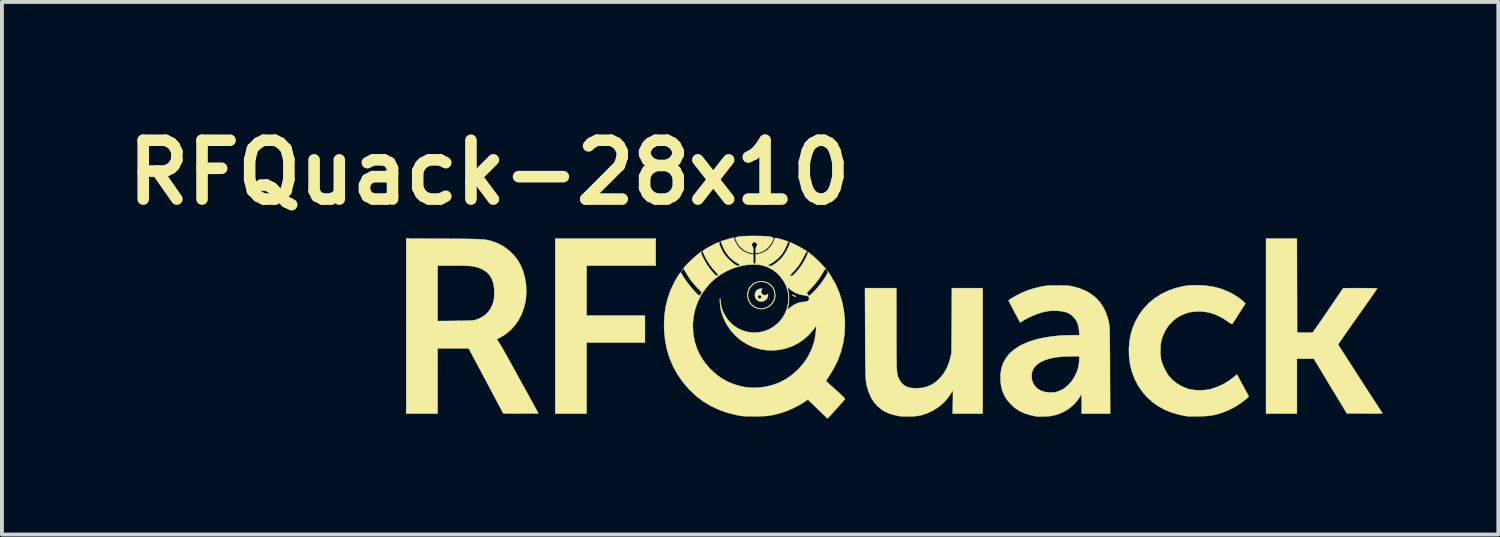
<source format=kicad_pcb>
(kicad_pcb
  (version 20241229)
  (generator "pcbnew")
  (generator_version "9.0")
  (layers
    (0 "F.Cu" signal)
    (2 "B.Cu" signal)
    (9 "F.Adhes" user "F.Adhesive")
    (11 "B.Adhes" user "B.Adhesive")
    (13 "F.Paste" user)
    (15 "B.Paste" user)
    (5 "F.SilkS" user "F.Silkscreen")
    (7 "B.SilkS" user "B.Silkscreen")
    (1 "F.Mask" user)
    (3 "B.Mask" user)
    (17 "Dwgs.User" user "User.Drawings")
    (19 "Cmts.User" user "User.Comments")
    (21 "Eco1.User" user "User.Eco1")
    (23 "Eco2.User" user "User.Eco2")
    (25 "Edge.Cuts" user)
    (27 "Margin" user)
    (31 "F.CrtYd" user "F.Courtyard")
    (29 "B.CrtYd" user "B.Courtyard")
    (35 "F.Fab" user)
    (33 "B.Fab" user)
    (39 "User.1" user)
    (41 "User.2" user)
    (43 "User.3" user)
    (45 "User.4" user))
  (footprint "RFQuack-28x10"
    (layer "F.Cu")
    (at 20.123 5.418)
    (property "Reference" "RFQuack-28x10" (at -10.5 -4 0) (layer "F.SilkS") (effects (font (size 1.524 1.524) (thickness 0.3))))
    (attr through_hole)
    (fp_poly (pts (xy -5.512 -1.441) (xy -5.518 -1.435) (xy -5.524 -1.441) (xy -5.518 -1.448) (xy -5.512 -1.441)) (stroke (width 0.01) (type solid)) (fill yes) (layer "F.SilkS"))
    (fp_poly (pts (xy -4.508 -2.203) (xy -4.515 -2.197) (xy -4.521 -2.203) (xy -4.515 -2.21) (xy -4.508 -2.203)) (stroke (width 0.01) (type solid)) (fill yes) (layer "F.SilkS"))
    (fp_poly (pts (xy -1.742 -1.455) (xy -1.728 -1.444) (xy -1.727 -1.441) (xy -1.733 -1.435) (xy -1.746 -1.447) (xy -1.747 -1.45) (xy -1.749 -1.458) (xy -1.742 -1.455)) (stroke (width 0.01) (type solid)) (fill yes) (layer "F.SilkS"))
    (fp_poly (pts (xy -5.478 -1.49) (xy -5.48 -1.486) (xy -5.492 -1.474) (xy -5.494 -1.473) (xy -5.495 -1.481) (xy -5.493 -1.486) (xy -5.481 -1.498) (xy -5.479 -1.499) (xy -5.478 -1.49)) (stroke (width 0.01) (type solid)) (fill yes) (layer "F.SilkS"))
    (fp_poly (pts (xy -6.185 -1.587) (xy -7.976 -1.587) (xy -7.976 -0.292) (xy -6.464 -0.292) (xy -6.464 0.406) (xy -7.976 0.406) (xy -7.976 2.248) (xy -8.788 2.248) (xy -8.788 -2.286) (xy -6.185 -2.286) (xy -6.185 -1.587)) (stroke (width 0.01) (type solid)) (fill yes) (layer "F.SilkS"))
    (fp_poly (pts (xy -2.636 -0.832) (xy -2.61 -0.822) (xy -2.581 -0.808) (xy -2.559 -0.793) (xy -2.553 -0.785) (xy -2.553 -0.778) (xy -2.559 -0.777) (xy -2.575 -0.784) (xy -2.608 -0.802) (xy -2.636 -0.818) (xy -2.65 -0.831) (xy -2.651 -0.833) (xy -2.636 -0.832)) (stroke (width 0.01) (type solid)) (fill yes) (layer "F.SilkS"))
    (fp_poly (pts (xy -3.428 -0.989) (xy -3.421 -0.984) (xy -3.432 -0.969) (xy -3.433 -0.967) (xy -3.453 -0.929) (xy -3.451 -0.888) (xy -3.43 -0.851) (xy -3.393 -0.826) (xy -3.361 -0.818) (xy -3.332 -0.824) (xy -3.316 -0.831) (xy -3.277 -0.852) (xy -3.277 -0.816) (xy -3.288 -0.76) (xy -3.319 -0.713) (xy -3.365 -0.678) (xy -3.419 -0.658) (xy -3.478 -0.656) (xy -3.518 -0.667) (xy -3.57 -0.703) (xy -3.603 -0.754) (xy -3.605 -0.763) (xy -3.539 -0.763) (xy -3.523 -0.741) (xy -3.502 -0.727) (xy -3.493 -0.724) (xy -3.477 -0.731) (xy -3.462 -0.741) (xy -3.445 -0.766) (xy -3.449 -0.795) (xy -3.47 -0.818) (xy -3.499 -0.824) (xy -3.523 -0.813) (xy -3.538 -0.79) (xy -3.539 -0.763) (xy -3.605 -0.763) (xy -3.616 -0.812) (xy -3.611 -0.874) (xy -3.584 -0.927) (xy -3.541 -0.967) (xy -3.484 -0.988) (xy -3.456 -0.99) (xy -3.428 -0.989)) (stroke (width 0.01) (type solid)) (fill yes) (layer "F.SilkS"))
    (fp_poly (pts (xy -3.507 -2.354) (xy -3.413 -2.351) (xy -3.33 -2.347) (xy -3.262 -2.342) (xy -3.219 -2.335) (xy -3.173 -2.325) (xy -3.146 -2.313) (xy -3.136 -2.296) (xy -3.14 -2.268) (xy -3.158 -2.223) (xy -3.169 -2.201) (xy -3.214 -2.126) (xy -3.276 -2.056) (xy -3.35 -1.995) (xy -3.429 -1.95) (xy -3.505 -1.924) (xy -3.542 -1.917) (xy -3.571 -1.91) (xy -3.572 -1.91) (xy -3.584 -1.909) (xy -3.591 -1.92) (xy -3.593 -1.946) (xy -3.594 -1.984) (xy -3.59 -2.04) (xy -3.58 -2.079) (xy -3.575 -2.088) (xy -3.56 -2.116) (xy -3.556 -2.134) (xy -3.567 -2.162) (xy -3.593 -2.186) (xy -3.626 -2.197) (xy -3.629 -2.197) (xy -3.663 -2.187) (xy -3.686 -2.161) (xy -3.696 -2.129) (xy -3.689 -2.097) (xy -3.677 -2.083) (xy -3.664 -2.061) (xy -3.658 -2.019) (xy -3.658 -1.986) (xy -3.659 -1.945) (xy -3.663 -1.916) (xy -3.667 -1.906) (xy -3.685 -1.91) (xy -3.717 -1.916) (xy -3.731 -1.918) (xy -3.818 -1.947) (xy -3.904 -1.995) (xy -3.981 -2.058) (xy -4.044 -2.131) (xy -4.081 -2.196) (xy -4.105 -2.251) (xy -4.118 -2.287) (xy -4.118 -2.309) (xy -4.103 -2.322) (xy -4.072 -2.33) (xy -4.023 -2.338) (xy -3.968 -2.345) (xy -3.894 -2.35) (xy -3.806 -2.353) (xy -3.708 -2.355) (xy -3.607 -2.355) (xy -3.507 -2.354)) (stroke (width 0.01) (type solid)) (fill yes) (layer "F.SilkS"))
    (fp_poly (pts (xy -3.352 -1.169) (xy -3.267 -1.137) (xy -3.195 -1.085) (xy -3.14 -1.017) (xy -3.104 -0.934) (xy -3.089 -0.855) (xy -3.09 -0.764) (xy -3.112 -0.685) (xy -3.155 -0.61) (xy -3.161 -0.602) (xy -3.223 -0.539) (xy -3.299 -0.494) (xy -3.384 -0.467) (xy -3.472 -0.461) (xy -3.558 -0.478) (xy -3.563 -0.479) (xy -3.643 -0.516) (xy -3.705 -0.565) (xy -3.744 -0.614) (xy -3.782 -0.68) (xy -3.803 -0.745) (xy -3.809 -0.812) (xy -3.795 -0.812) (xy -3.783 -0.73) (xy -3.751 -0.653) (xy -3.7 -0.584) (xy -3.628 -0.528) (xy -3.624 -0.525) (xy -3.582 -0.503) (xy -3.541 -0.486) (xy -3.526 -0.481) (xy -3.461 -0.475) (xy -3.388 -0.482) (xy -3.317 -0.503) (xy -3.286 -0.517) (xy -3.213 -0.57) (xy -3.158 -0.636) (xy -3.121 -0.711) (xy -3.103 -0.792) (xy -3.105 -0.874) (xy -3.125 -0.953) (xy -3.166 -1.026) (xy -3.226 -1.089) (xy -3.238 -1.098) (xy -3.304 -1.138) (xy -3.369 -1.16) (xy -3.442 -1.167) (xy -3.483 -1.165) (xy -3.535 -1.16) (xy -3.574 -1.149) (xy -3.611 -1.13) (xy -3.642 -1.109) (xy -3.711 -1.047) (xy -3.759 -0.974) (xy -3.787 -0.894) (xy -3.795 -0.812) (xy -3.809 -0.812) (xy -3.81 -0.82) (xy -3.81 -0.831) (xy -3.798 -0.922) (xy -3.764 -1.004) (xy -3.712 -1.073) (xy -3.644 -1.128) (xy -3.562 -1.164) (xy -3.469 -1.18) (xy -3.448 -1.181) (xy -3.352 -1.169)) (stroke (width 0.01) (type solid)) (fill yes) (layer "F.SilkS"))
    (fp_poly (pts (xy 1.887 -1.003) (xy 2.286 -1.003) (xy 2.286 2.248) (xy 1.508 2.248) (xy 1.514 1.949) (xy 1.516 1.865) (xy 1.516 1.791) (xy 1.516 1.728) (xy 1.515 1.682) (xy 1.514 1.656) (xy 1.512 1.651) (xy 1.502 1.661) (xy 1.486 1.687) (xy 1.479 1.698) (xy 1.46 1.73) (xy 1.431 1.774) (xy 1.396 1.823) (xy 1.383 1.841) (xy 1.277 1.962) (xy 1.152 2.069) (xy 1.011 2.161) (xy 0.857 2.235) (xy 0.722 2.281) (xy 0.673 2.294) (xy 0.627 2.304) (xy 0.579 2.31) (xy 0.523 2.315) (xy 0.452 2.317) (xy 0.387 2.319) (xy 0.3 2.32) (xy 0.231 2.32) (xy 0.176 2.317) (xy 0.126 2.312) (xy 0.078 2.303) (xy 0.054 2.298) (xy -0.073 2.266) (xy -0.18 2.227) (xy -0.276 2.179) (xy -0.318 2.153) (xy -0.432 2.061) (xy -0.529 1.952) (xy -0.608 1.825) (xy -0.669 1.681) (xy -0.673 1.667) (xy -0.686 1.626) (xy -0.698 1.589) (xy -0.708 1.555) (xy -0.717 1.521) (xy -0.725 1.485) (xy -0.731 1.447) (xy -0.737 1.403) (xy -0.741 1.353) (xy -0.745 1.295) (xy -0.748 1.227) (xy -0.751 1.146) (xy -0.752 1.052) (xy -0.754 0.943) (xy -0.755 0.817) (xy -0.756 0.671) (xy -0.757 0.505) (xy -0.758 0.317) (xy -0.758 0.168) (xy -0.763 -1.003) (xy 0.051 -1.003) (xy 0.051 0.054) (xy 0.051 0.252) (xy 0.051 0.426) (xy 0.052 0.579) (xy 0.052 0.711) (xy 0.053 0.824) (xy 0.055 0.921) (xy 0.057 1.003) (xy 0.06 1.072) (xy 0.064 1.129) (xy 0.068 1.177) (xy 0.074 1.216) (xy 0.081 1.25) (xy 0.089 1.278) (xy 0.098 1.304) (xy 0.109 1.329) (xy 0.121 1.354) (xy 0.13 1.371) (xy 0.18 1.45) (xy 0.244 1.51) (xy 0.322 1.554) (xy 0.416 1.58) (xy 0.53 1.592) (xy 0.578 1.592) (xy 0.72 1.581) (xy 0.849 1.549) (xy 0.968 1.496) (xy 1.08 1.419) (xy 1.181 1.325) (xy 1.278 1.204) (xy 1.357 1.068) (xy 1.417 0.913) (xy 1.444 0.819) (xy 1.478 0.679) (xy 1.483 -0.162) (xy 1.488 -1.003) (xy 1.887 -1.003)) (stroke (width 0.01) (type solid)) (fill yes) (layer "F.SilkS"))
    (fp_poly (pts (xy 10.433 0.146) (xy 10.628 0.15) (xy 10.715 0.15) (xy 10.779 0.149) (xy 10.82 0.145) (xy 10.84 0.139) (xy 10.841 0.138) (xy 10.852 0.125) (xy 10.875 0.093) (xy 10.91 0.044) (xy 10.954 -0.02) (xy 11.007 -0.096) (xy 11.068 -0.183) (xy 11.133 -0.279) (xy 11.203 -0.381) (xy 11.211 -0.392) (xy 11.281 -0.496) (xy 11.349 -0.595) (xy 11.411 -0.686) (xy 11.467 -0.768) (xy 11.515 -0.838) (xy 11.553 -0.894) (xy 11.58 -0.934) (xy 11.594 -0.955) (xy 11.594 -0.955) (xy 11.627 -1.002) (xy 12.068 -1.003) (xy 12.171 -1.003) (xy 12.266 -1.002) (xy 12.349 -1.002) (xy 12.418 -1) (xy 12.469 -0.999) (xy 12.501 -0.998) (xy 12.509 -0.996) (xy 12.502 -0.985) (xy 12.482 -0.955) (xy 12.45 -0.908) (xy 12.408 -0.848) (xy 12.357 -0.775) (xy 12.3 -0.693) (xy 12.236 -0.603) (xy 12.202 -0.555) (xy 12.084 -0.387) (xy 11.98 -0.24) (xy 11.888 -0.11) (xy 11.809 0.003) (xy 11.741 0.1) (xy 11.683 0.182) (xy 11.635 0.25) (xy 11.596 0.307) (xy 11.565 0.352) (xy 11.541 0.388) (xy 11.523 0.415) (xy 11.511 0.435) (xy 11.503 0.449) (xy 11.499 0.457) (xy 11.498 0.462) (xy 11.498 0.464) (xy 11.506 0.476) (xy 11.526 0.508) (xy 11.557 0.557) (xy 11.599 0.622) (xy 11.649 0.7) (xy 11.707 0.79) (xy 11.771 0.89) (xy 11.84 0.997) (xy 11.913 1.111) (xy 11.988 1.228) (xy 12.065 1.347) (xy 12.142 1.466) (xy 12.218 1.583) (xy 12.291 1.697) (xy 12.361 1.804) (xy 12.425 1.904) (xy 12.484 1.994) (xy 12.535 2.073) (xy 12.577 2.138) (xy 12.61 2.187) (xy 12.631 2.219) (xy 12.64 2.232) (xy 12.639 2.236) (xy 12.627 2.24) (xy 12.602 2.242) (xy 12.562 2.244) (xy 12.505 2.245) (xy 12.43 2.246) (xy 12.333 2.246) (xy 12.213 2.245) (xy 12.186 2.245) (xy 11.72 2.242) (xy 11.429 1.759) (xy 11.362 1.648) (xy 11.293 1.535) (xy 11.226 1.423) (xy 11.162 1.317) (xy 11.103 1.22) (xy 11.052 1.136) (xy 11.012 1.069) (xy 11.001 1.051) (xy 10.865 0.826) (xy 10.646 0.826) (xy 10.427 0.826) (xy 10.427 2.248) (xy 9.627 2.248) (xy 9.627 -2.286) (xy 10.427 -2.286) (xy 10.433 0.146)) (stroke (width 0.01) (type solid)) (fill yes) (layer "F.SilkS"))
    (fp_poly (pts (xy 8.07 -1.067) (xy 8.252 -1.04) (xy 8.422 -0.998) (xy 8.47 -0.983) (xy 8.587 -0.938) (xy 8.706 -0.883) (xy 8.819 -0.82) (xy 8.923 -0.752) (xy 9.01 -0.684) (xy 9.058 -0.639) (xy 9.093 -0.602) (xy 9.052 -0.539) (xy 9.031 -0.508) (xy 9 -0.46) (xy 8.962 -0.4) (xy 8.92 -0.334) (xy 8.885 -0.279) (xy 8.845 -0.216) (xy 8.809 -0.16) (xy 8.779 -0.115) (xy 8.759 -0.084) (xy 8.75 -0.072) (xy 8.737 -0.075) (xy 8.708 -0.09) (xy 8.668 -0.116) (xy 8.634 -0.141) (xy 8.529 -0.211) (xy 8.411 -0.275) (xy 8.29 -0.328) (xy 8.176 -0.366) (xy 8.16 -0.37) (xy 8.057 -0.388) (xy 7.942 -0.398) (xy 7.824 -0.398) (xy 7.713 -0.389) (xy 7.616 -0.37) (xy 7.615 -0.37) (xy 7.466 -0.317) (xy 7.331 -0.244) (xy 7.211 -0.151) (xy 7.107 -0.04) (xy 7.021 0.088) (xy 6.954 0.232) (xy 6.92 0.337) (xy 6.904 0.418) (xy 6.894 0.515) (xy 6.891 0.618) (xy 6.893 0.72) (xy 6.903 0.812) (xy 6.914 0.87) (xy 6.942 0.958) (xy 6.983 1.054) (xy 7.03 1.149) (xy 7.081 1.233) (xy 7.105 1.267) (xy 7.196 1.368) (xy 7.307 1.459) (xy 7.433 1.535) (xy 7.567 1.593) (xy 7.639 1.615) (xy 7.742 1.634) (xy 7.858 1.643) (xy 7.981 1.642) (xy 8.1 1.631) (xy 8.204 1.61) (xy 8.358 1.558) (xy 8.513 1.488) (xy 8.659 1.402) (xy 8.79 1.305) (xy 8.803 1.295) (xy 8.874 1.233) (xy 8.944 1.363) (xy 8.978 1.427) (xy 9.019 1.503) (xy 9.062 1.582) (xy 9.098 1.649) (xy 9.183 1.805) (xy 9.124 1.858) (xy 8.995 1.961) (xy 8.848 2.057) (xy 8.692 2.141) (xy 8.535 2.208) (xy 8.474 2.229) (xy 8.378 2.258) (xy 8.292 2.28) (xy 8.208 2.296) (xy 8.121 2.307) (xy 8.022 2.314) (xy 7.907 2.317) (xy 7.88 2.318) (xy 7.8 2.319) (xy 7.726 2.319) (xy 7.664 2.319) (xy 7.616 2.318) (xy 7.59 2.316) (xy 7.588 2.316) (xy 7.373 2.275) (xy 7.176 2.217) (xy 6.996 2.144) (xy 6.83 2.052) (xy 6.678 1.942) (xy 6.557 1.833) (xy 6.426 1.686) (xy 6.314 1.523) (xy 6.223 1.347) (xy 6.152 1.16) (xy 6.104 0.965) (xy 6.078 0.762) (xy 6.075 0.555) (xy 6.076 0.546) (xy 6.091 0.37) (xy 6.12 0.208) (xy 6.164 0.054) (xy 6.225 -0.1) (xy 6.241 -0.134) (xy 6.337 -0.309) (xy 6.453 -0.469) (xy 6.587 -0.612) (xy 6.739 -0.738) (xy 6.906 -0.846) (xy 7.089 -0.935) (xy 7.285 -1.005) (xy 7.494 -1.054) (xy 7.531 -1.06) (xy 7.702 -1.078) (xy 7.884 -1.08) (xy 8.07 -1.067)) (stroke (width 0.01) (type solid)) (fill yes) (layer "F.SilkS"))
    (fp_poly (pts (xy -11.681 -2.283) (xy -11.491 -2.282) (xy -11.325 -2.281) (xy -11.18 -2.28) (xy -11.055 -2.278) (xy -10.947 -2.276) (xy -10.856 -2.274) (xy -10.778 -2.271) (xy -10.711 -2.268) (xy -10.655 -2.264) (xy -10.606 -2.258) (xy -10.564 -2.252) (xy -10.525 -2.245) (xy -10.489 -2.236) (xy -10.453 -2.226) (xy -10.415 -2.215) (xy -10.401 -2.21) (xy -10.254 -2.152) (xy -10.112 -2.073) (xy -9.98 -1.974) (xy -9.863 -1.861) (xy -9.766 -1.74) (xy -9.685 -1.598) (xy -9.62 -1.441) (xy -9.574 -1.272) (xy -9.545 -1.096) (xy -9.537 -0.916) (xy -9.548 -0.736) (xy -9.556 -0.679) (xy -9.597 -0.5) (xy -9.658 -0.331) (xy -9.738 -0.176) (xy -9.836 -0.035) (xy -9.951 0.089) (xy -10.081 0.195) (xy -10.22 0.278) (xy -10.26 0.298) (xy -10.288 0.315) (xy -10.3 0.323) (xy -10.3 0.324) (xy -10.293 0.336) (xy -10.275 0.364) (xy -10.25 0.403) (xy -10.237 0.422) (xy -10.215 0.456) (xy -10.183 0.509) (xy -10.143 0.577) (xy -10.098 0.657) (xy -10.048 0.745) (xy -9.997 0.837) (xy -9.975 0.876) (xy -9.911 0.992) (xy -9.857 1.09) (xy -9.81 1.176) (xy -9.767 1.254) (xy -9.725 1.33) (xy -9.682 1.409) (xy -9.635 1.495) (xy -9.58 1.593) (xy -9.568 1.616) (xy -9.53 1.684) (xy -9.487 1.762) (xy -9.444 1.84) (xy -9.419 1.886) (xy -9.382 1.953) (xy -9.343 2.025) (xy -9.306 2.093) (xy -9.283 2.134) (xy -9.224 2.242) (xy -9.676 2.245) (xy -9.801 2.246) (xy -9.902 2.246) (xy -9.982 2.246) (xy -10.043 2.244) (xy -10.087 2.242) (xy -10.116 2.24) (xy -10.133 2.236) (xy -10.138 2.232) (xy -10.146 2.218) (xy -10.165 2.184) (xy -10.193 2.132) (xy -10.229 2.064) (xy -10.272 1.983) (xy -10.321 1.89) (xy -10.375 1.789) (xy -10.428 1.689) (xy -10.492 1.568) (xy -10.559 1.443) (xy -10.626 1.317) (xy -10.691 1.195) (xy -10.752 1.08) (xy -10.806 0.978) (xy -10.852 0.892) (xy -10.869 0.861) (xy -11.03 0.559) (xy -11.433 0.559) (xy -11.836 0.559) (xy -11.836 2.248) (xy -12.649 2.248) (xy -12.649 -1.587) (xy -11.836 -1.587) (xy -11.836 -0.15) (xy -11.376 -0.155) (xy -11.252 -0.157) (xy -11.151 -0.159) (xy -11.07 -0.161) (xy -11.005 -0.163) (xy -10.955 -0.166) (xy -10.916 -0.169) (xy -10.886 -0.173) (xy -10.862 -0.179) (xy -10.846 -0.183) (xy -10.722 -0.233) (xy -10.62 -0.295) (xy -10.536 -0.372) (xy -10.468 -0.465) (xy -10.415 -0.578) (xy -10.412 -0.587) (xy -10.394 -0.639) (xy -10.382 -0.686) (xy -10.374 -0.735) (xy -10.369 -0.796) (xy -10.367 -0.845) (xy -10.369 -0.994) (xy -10.39 -1.125) (xy -10.429 -1.24) (xy -10.487 -1.337) (xy -10.563 -1.417) (xy -10.658 -1.482) (xy -10.749 -1.522) (xy -10.799 -1.539) (xy -10.848 -1.553) (xy -10.898 -1.564) (xy -10.954 -1.573) (xy -11.018 -1.579) (xy -11.094 -1.583) (xy -11.185 -1.586) (xy -11.295 -1.587) (xy -11.426 -1.587) (xy -11.436 -1.587) (xy -11.836 -1.587) (xy -12.649 -1.587) (xy -12.649 -2.288) (xy -11.681 -2.283)) (stroke (width 0.01) (type solid)) (fill yes) (layer "F.SilkS"))
    (fp_poly (pts (xy 4.324 -1.072) (xy 4.405 -1.071) (xy 4.469 -1.068) (xy 4.522 -1.064) (xy 4.567 -1.058) (xy 4.608 -1.05) (xy 4.79 -1) (xy 4.953 -0.933) (xy 5.097 -0.85) (xy 5.222 -0.75) (xy 5.328 -0.632) (xy 5.417 -0.497) (xy 5.488 -0.344) (xy 5.542 -0.172) (xy 5.559 -0.097) (xy 5.562 -0.076) (xy 5.566 -0.051) (xy 5.568 -0.021) (xy 5.571 0.016) (xy 5.573 0.062) (xy 5.575 0.119) (xy 5.577 0.188) (xy 5.578 0.271) (xy 5.579 0.37) (xy 5.581 0.485) (xy 5.582 0.62) (xy 5.583 0.775) (xy 5.584 0.953) (xy 5.584 1.127) (xy 5.589 2.248) (xy 4.851 2.248) (xy 4.851 2) (xy 4.851 1.908) (xy 4.849 1.836) (xy 4.846 1.786) (xy 4.842 1.758) (xy 4.839 1.753) (xy 4.827 1.762) (xy 4.826 1.767) (xy 4.818 1.79) (xy 4.796 1.826) (xy 4.765 1.872) (xy 4.727 1.922) (xy 4.686 1.97) (xy 4.647 2.013) (xy 4.631 2.029) (xy 4.501 2.133) (xy 4.359 2.215) (xy 4.205 2.275) (xy 4.079 2.306) (xy 4.033 2.312) (xy 3.971 2.317) (xy 3.9 2.321) (xy 3.826 2.323) (xy 3.757 2.323) (xy 3.698 2.321) (xy 3.656 2.317) (xy 3.651 2.316) (xy 3.505 2.282) (xy 3.38 2.243) (xy 3.272 2.196) (xy 3.176 2.14) (xy 3.087 2.072) (xy 3.001 1.99) (xy 3 1.988) (xy 2.911 1.882) (xy 2.843 1.771) (xy 2.794 1.652) (xy 2.763 1.521) (xy 2.747 1.372) (xy 2.747 1.371) (xy 2.749 1.27) (xy 3.552 1.27) (xy 3.562 1.374) (xy 3.595 1.466) (xy 3.647 1.545) (xy 3.718 1.609) (xy 3.805 1.658) (xy 3.907 1.689) (xy 4.023 1.701) (xy 4.032 1.701) (xy 4.09 1.699) (xy 4.146 1.695) (xy 4.189 1.689) (xy 4.191 1.688) (xy 4.3 1.65) (xy 4.404 1.59) (xy 4.499 1.512) (xy 4.585 1.416) (xy 4.658 1.308) (xy 4.717 1.19) (xy 4.759 1.065) (xy 4.783 0.936) (xy 4.788 0.854) (xy 4.788 0.762) (xy 4.582 0.762) (xy 4.386 0.768) (xy 4.209 0.786) (xy 4.052 0.814) (xy 3.916 0.854) (xy 3.801 0.904) (xy 3.706 0.965) (xy 3.634 1.036) (xy 3.584 1.117) (xy 3.557 1.208) (xy 3.552 1.27) (xy 2.749 1.27) (xy 2.75 1.212) (xy 2.775 1.063) (xy 2.823 0.927) (xy 2.894 0.802) (xy 2.987 0.688) (xy 3.103 0.586) (xy 3.241 0.496) (xy 3.308 0.46) (xy 3.476 0.388) (xy 3.664 0.328) (xy 3.87 0.281) (xy 4.092 0.246) (xy 4.329 0.224) (xy 4.578 0.216) (xy 4.594 0.216) (xy 4.788 0.216) (xy 4.788 0.162) (xy 4.782 0.074) (xy 4.765 -0.018) (xy 4.74 -0.102) (xy 4.728 -0.13) (xy 4.693 -0.19) (xy 4.642 -0.252) (xy 4.584 -0.307) (xy 4.526 -0.347) (xy 4.523 -0.348) (xy 4.443 -0.38) (xy 4.345 -0.402) (xy 4.235 -0.415) (xy 4.119 -0.418) (xy 4.003 -0.411) (xy 3.925 -0.399) (xy 3.818 -0.373) (xy 3.701 -0.335) (xy 3.581 -0.288) (xy 3.467 -0.236) (xy 3.366 -0.181) (xy 3.319 -0.151) (xy 3.287 -0.13) (xy 3.265 -0.117) (xy 3.26 -0.114) (xy 3.252 -0.125) (xy 3.235 -0.155) (xy 3.211 -0.199) (xy 3.18 -0.256) (xy 3.146 -0.32) (xy 3.109 -0.389) (xy 3.073 -0.458) (xy 3.039 -0.523) (xy 3.008 -0.583) (xy 2.983 -0.631) (xy 2.966 -0.666) (xy 2.959 -0.682) (xy 2.959 -0.683) (xy 2.969 -0.696) (xy 2.988 -0.711) (xy 3.149 -0.807) (xy 3.304 -0.885) (xy 3.46 -0.948) (xy 3.625 -1) (xy 3.785 -1.038) (xy 3.84 -1.05) (xy 3.889 -1.058) (xy 3.935 -1.064) (xy 3.985 -1.068) (xy 4.044 -1.071) (xy 4.117 -1.072) (xy 4.21 -1.073) (xy 4.223 -1.073) (xy 4.324 -1.072)) (stroke (width 0.01) (type solid)) (fill yes) (layer "F.SilkS"))
    (fp_poly (pts (xy -4.155 -2.301) (xy -4.153 -2.289) (xy -4.146 -2.256) (xy -4.126 -2.21) (xy -4.097 -2.157) (xy -4.064 -2.104) (xy -4.029 -2.057) (xy -4.021 -2.048) (xy -3.961 -1.994) (xy -3.887 -1.946) (xy -3.807 -1.908) (xy -3.732 -1.886) (xy -3.72 -1.885) (xy -3.658 -1.876) (xy -3.658 -1.757) (xy -3.657 -1.702) (xy -3.656 -1.667) (xy -3.652 -1.648) (xy -3.644 -1.64) (xy -3.631 -1.638) (xy -3.626 -1.638) (xy -3.611 -1.639) (xy -3.602 -1.645) (xy -3.597 -1.66) (xy -3.595 -1.69) (xy -3.594 -1.74) (xy -3.594 -1.757) (xy -3.594 -1.876) (xy -3.534 -1.884) (xy -3.46 -1.903) (xy -3.38 -1.937) (xy -3.305 -1.983) (xy -3.279 -2.003) (xy -3.226 -2.056) (xy -3.176 -2.122) (xy -3.136 -2.193) (xy -3.112 -2.253) (xy -3.105 -2.278) (xy -3.099 -2.294) (xy -3.088 -2.302) (xy -3.069 -2.303) (xy -3.037 -2.297) (xy -2.989 -2.284) (xy -2.927 -2.266) (xy -2.856 -2.245) (xy -2.8 -2.226) (xy -2.761 -2.212) (xy -2.742 -2.202) (xy -2.744 -2.198) (xy -2.745 -2.198) (xy -2.763 -2.186) (xy -2.775 -2.162) (xy -2.792 -2.111) (xy -2.821 -2.047) (xy -2.856 -1.98) (xy -2.895 -1.916) (xy -2.925 -1.873) (xy -3.013 -1.776) (xy -3.122 -1.689) (xy -3.207 -1.637) (xy -3.251 -1.611) (xy -3.272 -1.592) (xy -3.268 -1.581) (xy -3.242 -1.576) (xy -3.214 -1.575) (xy -3.181 -1.584) (xy -3.135 -1.608) (xy -3.081 -1.644) (xy -3.024 -1.69) (xy -2.967 -1.741) (xy -2.924 -1.784) (xy -2.886 -1.831) (xy -2.845 -1.89) (xy -2.805 -1.955) (xy -2.769 -2.021) (xy -2.74 -2.082) (xy -2.721 -2.133) (xy -2.715 -2.16) (xy -2.712 -2.181) (xy -2.703 -2.187) (xy -2.681 -2.18) (xy -2.668 -2.175) (xy -2.618 -2.152) (xy -2.559 -2.124) (xy -2.497 -2.092) (xy -2.434 -2.058) (xy -2.375 -2.025) (xy -2.325 -1.995) (xy -2.286 -1.97) (xy -2.264 -1.953) (xy -2.261 -1.948) (xy -2.269 -1.947) (xy -2.272 -1.949) (xy -2.282 -1.941) (xy -2.3 -1.914) (xy -2.323 -1.873) (xy -2.348 -1.821) (xy -2.416 -1.692) (xy -2.49 -1.579) (xy -2.577 -1.473) (xy -2.619 -1.427) (xy -2.659 -1.385) (xy -2.683 -1.357) (xy -2.693 -1.338) (xy -2.692 -1.327) (xy -2.687 -1.322) (xy -2.668 -1.314) (xy -2.645 -1.322) (xy -2.638 -1.327) (xy -2.608 -1.351) (xy -2.568 -1.393) (xy -2.521 -1.447) (xy -2.47 -1.509) (xy -2.42 -1.575) (xy -2.39 -1.62) (xy -2.356 -1.676) (xy -2.323 -1.736) (xy -2.292 -1.797) (xy -2.267 -1.851) (xy -2.25 -1.893) (xy -2.245 -1.916) (xy -2.238 -1.933) (xy -2.229 -1.932) (xy -2.16 -1.877) (xy -2.082 -1.811) (xy -2.006 -1.742) (xy -1.939 -1.677) (xy -1.93 -1.668) (xy -1.886 -1.621) (xy -1.845 -1.578) (xy -1.811 -1.54) (xy -1.786 -1.511) (xy -1.772 -1.494) (xy -1.772 -1.491) (xy -1.777 -1.495) (xy -1.788 -1.5) (xy -1.801 -1.491) (xy -1.818 -1.467) (xy -1.843 -1.423) (xy -1.845 -1.419) (xy -1.941 -1.263) (xy -2.061 -1.108) (xy -2.155 -1.003) (xy -2.272 -0.881) (xy -2.247 -0.84) (xy -2.229 -0.814) (xy -2.216 -0.801) (xy -2.215 -0.8) (xy -2.199 -0.809) (xy -2.169 -0.834) (xy -2.13 -0.871) (xy -2.084 -0.917) (xy -2.035 -0.969) (xy -2.015 -0.99) (xy -1.956 -1.061) (xy -1.893 -1.142) (xy -1.833 -1.226) (xy -1.781 -1.306) (xy -1.747 -1.364) (xy -1.715 -1.425) (xy -1.646 -1.317) (xy -1.527 -1.11) (xy -1.432 -0.893) (xy -1.36 -0.666) (xy -1.312 -0.43) (xy -1.287 -0.185) (xy -1.283 -0.044) (xy -1.295 0.196) (xy -1.33 0.429) (xy -1.389 0.654) (xy -1.472 0.875) (xy -1.58 1.091) (xy -1.683 1.258) (xy -1.721 1.317) (xy -1.747 1.357) (xy -1.761 1.385) (xy -1.767 1.402) (xy -1.765 1.413) (xy -1.756 1.422) (xy -1.756 1.422) (xy -1.74 1.436) (xy -1.708 1.464) (xy -1.664 1.504) (xy -1.609 1.553) (xy -1.547 1.609) (xy -1.501 1.65) (xy -1.428 1.715) (xy -1.373 1.767) (xy -1.333 1.805) (xy -1.306 1.833) (xy -1.29 1.853) (xy -1.283 1.867) (xy -1.284 1.876) (xy -1.286 1.878) (xy -1.299 1.894) (xy -1.326 1.924) (xy -1.364 1.967) (xy -1.41 2.019) (xy -1.461 2.076) (xy -1.515 2.135) (xy -1.567 2.193) (xy -1.615 2.246) (xy -1.656 2.291) (xy -1.687 2.325) (xy -1.702 2.341) (xy -1.735 2.376) (xy -2.243 1.882) (xy -2.325 1.939) (xy -2.464 2.026) (xy -2.619 2.106) (xy -2.781 2.176) (xy -2.942 2.231) (xy -2.978 2.241) (xy -3.07 2.265) (xy -3.152 2.284) (xy -3.229 2.297) (xy -3.307 2.307) (xy -3.392 2.313) (xy -3.49 2.316) (xy -3.606 2.317) (xy -3.632 2.317) (xy -3.733 2.317) (xy -3.813 2.316) (xy -3.877 2.314) (xy -3.931 2.311) (xy -3.978 2.305) (xy -4.025 2.298) (xy -4.073 2.289) (xy -4.317 2.228) (xy -4.546 2.148) (xy -4.759 2.048) (xy -4.957 1.928) (xy -5.142 1.787) (xy -5.314 1.624) (xy -5.318 1.62) (xy -5.479 1.434) (xy -5.617 1.236) (xy -5.733 1.027) (xy -5.826 0.807) (xy -5.896 0.576) (xy -5.942 0.336) (xy -5.966 0.085) (xy -5.968 -0.013) (xy -5.223 -0.013) (xy -5.211 0.19) (xy -5.174 0.384) (xy -5.114 0.57) (xy -5.03 0.746) (xy -4.923 0.913) (xy -4.792 1.069) (xy -4.766 1.096) (xy -4.622 1.228) (xy -4.472 1.337) (xy -4.312 1.425) (xy -4.138 1.494) (xy -4.008 1.532) (xy -3.847 1.565) (xy -3.688 1.579) (xy -3.525 1.575) (xy -3.353 1.554) (xy -3.161 1.509) (xy -2.98 1.442) (xy -2.808 1.352) (xy -2.647 1.239) (xy -2.495 1.102) (xy -2.465 1.071) (xy -2.335 0.917) (xy -2.228 0.751) (xy -2.142 0.574) (xy -2.079 0.383) (xy -2.076 0.372) (xy -2.065 0.323) (xy -2.055 0.265) (xy -2.045 0.202) (xy -2.037 0.139) (xy -2.031 0.081) (xy -2.028 0.033) (xy -2.028 0.000468) (xy -2.032 -0.013) (xy -2.032 -0.013) (xy -2.043 -0.003) (xy -2.064 0.022) (xy -2.092 0.058) (xy -2.098 0.067) (xy -2.214 0.204) (xy -2.345 0.322) (xy -2.488 0.42) (xy -2.641 0.498) (xy -2.802 0.556) (xy -2.968 0.593) (xy -3.138 0.61) (xy -3.309 0.604) (xy -3.479 0.578) (xy -3.645 0.529) (xy -3.805 0.457) (xy -3.958 0.363) (xy -3.982 0.346) (xy -4.122 0.226) (xy -4.244 0.09) (xy -4.346 -0.061) (xy -4.427 -0.224) (xy -4.486 -0.397) (xy -4.497 -0.441) (xy -4.504 -0.482) (xy -4.511 -0.532) (xy -4.517 -0.587) (xy -4.521 -0.641) (xy -4.523 -0.687) (xy -4.522 -0.721) (xy -4.519 -0.736) (xy -4.518 -0.737) (xy -4.512 -0.725) (xy -4.509 -0.697) (xy -4.508 -0.687) (xy -4.502 -0.616) (xy -4.486 -0.533) (xy -4.462 -0.448) (xy -4.432 -0.371) (xy -4.427 -0.362) (xy -4.353 -0.233) (xy -4.263 -0.122) (xy -4.159 -0.03) (xy -4.045 0.044) (xy -3.922 0.099) (xy -3.793 0.134) (xy -3.66 0.149) (xy -3.526 0.144) (xy -3.393 0.118) (xy -3.264 0.071) (xy -3.14 0.002) (xy -3.026 -0.089) (xy -2.988 -0.126) (xy -2.899 -0.236) (xy -2.829 -0.359) (xy -2.793 -0.454) (xy -2.768 -0.454) (xy -2.759 -0.456) (xy -2.736 -0.472) (xy -2.703 -0.498) (xy -2.698 -0.501) (xy -2.655 -0.535) (xy -2.612 -0.565) (xy -2.581 -0.583) (xy -2.514 -0.611) (xy -2.441 -0.633) (xy -2.372 -0.646) (xy -2.34 -0.648) (xy -2.277 -0.655) (xy -2.235 -0.676) (xy -2.213 -0.711) (xy -2.21 -0.738) (xy -2.218 -0.771) (xy -2.243 -0.795) (xy -2.288 -0.81) (xy -2.339 -0.818) (xy -2.465 -0.842) (xy -2.581 -0.888) (xy -2.684 -0.956) (xy -2.721 -0.988) (xy -2.747 -1.012) (xy -2.761 -1.021) (xy -2.766 -1.014) (xy -2.762 -0.986) (xy -2.75 -0.937) (xy -2.749 -0.933) (xy -2.741 -0.885) (xy -2.734 -0.822) (xy -2.731 -0.756) (xy -2.731 -0.737) (xy -2.733 -0.673) (xy -2.738 -0.608) (xy -2.746 -0.553) (xy -2.749 -0.54) (xy -2.759 -0.498) (xy -2.766 -0.467) (xy -2.768 -0.454) (xy -2.793 -0.454) (xy -2.779 -0.493) (xy -2.75 -0.632) (xy -2.743 -0.773) (xy -2.76 -0.912) (xy -2.762 -0.92) (xy -2.805 -1.058) (xy -2.87 -1.186) (xy -2.954 -1.302) (xy -3.055 -1.404) (xy -3.171 -1.489) (xy -3.298 -1.554) (xy -3.429 -1.596) (xy -3.508 -1.608) (xy -3.604 -1.614) (xy -3.709 -1.613) (xy -3.815 -1.606) (xy -3.915 -1.592) (xy -3.936 -1.588) (xy -4.13 -1.536) (xy -4.313 -1.462) (xy -4.483 -1.369) (xy -4.638 -1.257) (xy -4.778 -1.128) (xy -4.901 -0.984) (xy -5.007 -0.826) (xy -5.092 -0.656) (xy -5.158 -0.475) (xy -5.201 -0.285) (xy -5.222 -0.087) (xy -5.223 -0.013) (xy -5.968 -0.013) (xy -5.969 -0.046) (xy -5.958 -0.29) (xy -5.927 -0.521) (xy -5.873 -0.742) (xy -5.797 -0.956) (xy -5.697 -1.165) (xy -5.617 -1.303) (xy -5.589 -1.347) (xy -5.564 -1.382) (xy -5.547 -1.403) (xy -5.543 -1.406) (xy -5.528 -1.399) (xy -5.513 -1.376) (xy -5.513 -1.375) (xy -5.485 -1.323) (xy -5.443 -1.258) (xy -5.392 -1.184) (xy -5.333 -1.107) (xy -5.272 -1.03) (xy -5.212 -0.959) (xy -5.156 -0.897) (xy -5.108 -0.851) (xy -5.089 -0.835) (xy -5.044 -0.801) (xy -5.017 -0.846) (xy -4.99 -0.892) (xy -5.102 -1.008) (xy -5.153 -1.062) (xy -5.203 -1.12) (xy -5.248 -1.174) (xy -5.275 -1.21) (xy -5.31 -1.26) (xy -5.346 -1.315) (xy -5.381 -1.372) (xy -5.413 -1.425) (xy -5.439 -1.471) (xy -5.456 -1.504) (xy -5.461 -1.519) (xy -5.452 -1.534) (xy -5.428 -1.563) (xy -5.391 -1.603) (xy -5.346 -1.649) (xy -5.296 -1.699) (xy -5.243 -1.749) (xy -5.192 -1.796) (xy -5.146 -1.837) (xy -5.118 -1.86) (xy -5.064 -1.903) (xy -5.026 -1.931) (xy -5.004 -1.948) (xy -4.994 -1.954) (xy -4.993 -1.952) (xy -5 -1.943) (xy -5.002 -1.94) (xy -5.008 -1.928) (xy -5.008 -1.911) (xy -5 -1.885) (xy -4.983 -1.845) (xy -4.956 -1.788) (xy -4.865 -1.624) (xy -4.756 -1.473) (xy -4.693 -1.4) (xy -4.654 -1.358) (xy -4.626 -1.334) (xy -4.605 -1.324) (xy -4.586 -1.326) (xy -4.573 -1.333) (xy -4.568 -1.342) (xy -4.575 -1.358) (xy -4.595 -1.385) (xy -4.631 -1.425) (xy -4.647 -1.442) (xy -4.728 -1.535) (xy -4.804 -1.64) (xy -4.87 -1.747) (xy -4.916 -1.838) (xy -4.936 -1.884) (xy -4.954 -1.922) (xy -4.965 -1.945) (xy -4.966 -1.946) (xy -4.968 -1.958) (xy -4.959 -1.972) (xy -4.936 -1.99) (xy -4.896 -2.017) (xy -4.872 -2.031) (xy -4.83 -2.055) (xy -4.777 -2.084) (xy -4.72 -2.113) (xy -4.663 -2.142) (xy -4.612 -2.167) (xy -4.57 -2.186) (xy -4.544 -2.196) (xy -4.538 -2.197) (xy -4.538 -2.189) (xy -4.54 -2.185) (xy -4.54 -2.166) (xy -4.53 -2.13) (xy -4.512 -2.082) (xy -4.489 -2.029) (xy -4.463 -1.975) (xy -4.437 -1.926) (xy -4.418 -1.897) (xy -4.375 -1.84) (xy -4.324 -1.782) (xy -4.268 -1.726) (xy -4.212 -1.675) (xy -4.158 -1.632) (xy -4.111 -1.6) (xy -4.073 -1.582) (xy -4.05 -1.58) (xy -4.013 -1.592) (xy -3.999 -1.601) (xy -4.009 -1.613) (xy -4.042 -1.631) (xy -4.045 -1.633) (xy -4.166 -1.711) (xy -4.273 -1.809) (xy -4.364 -1.924) (xy -4.407 -1.997) (xy -4.427 -2.038) (xy -4.448 -2.085) (xy -4.467 -2.133) (xy -4.483 -2.175) (xy -4.491 -2.205) (xy -4.492 -2.218) (xy -4.479 -2.223) (xy -4.447 -2.233) (xy -4.401 -2.246) (xy -4.348 -2.262) (xy -4.293 -2.278) (xy -4.242 -2.292) (xy -4.199 -2.303) (xy -4.172 -2.31) (xy -4.165 -2.311) (xy -4.155 -2.301)) (stroke (width 0.01) (type solid)) (fill yes) (layer "F.SilkS")))
  (gr_rect
    (start -3 -3)
    (end 35.768 10.799)
    (stroke (width 0.1) (type default))
    (fill no)
    (layer "Edge.Cuts")))
</source>
